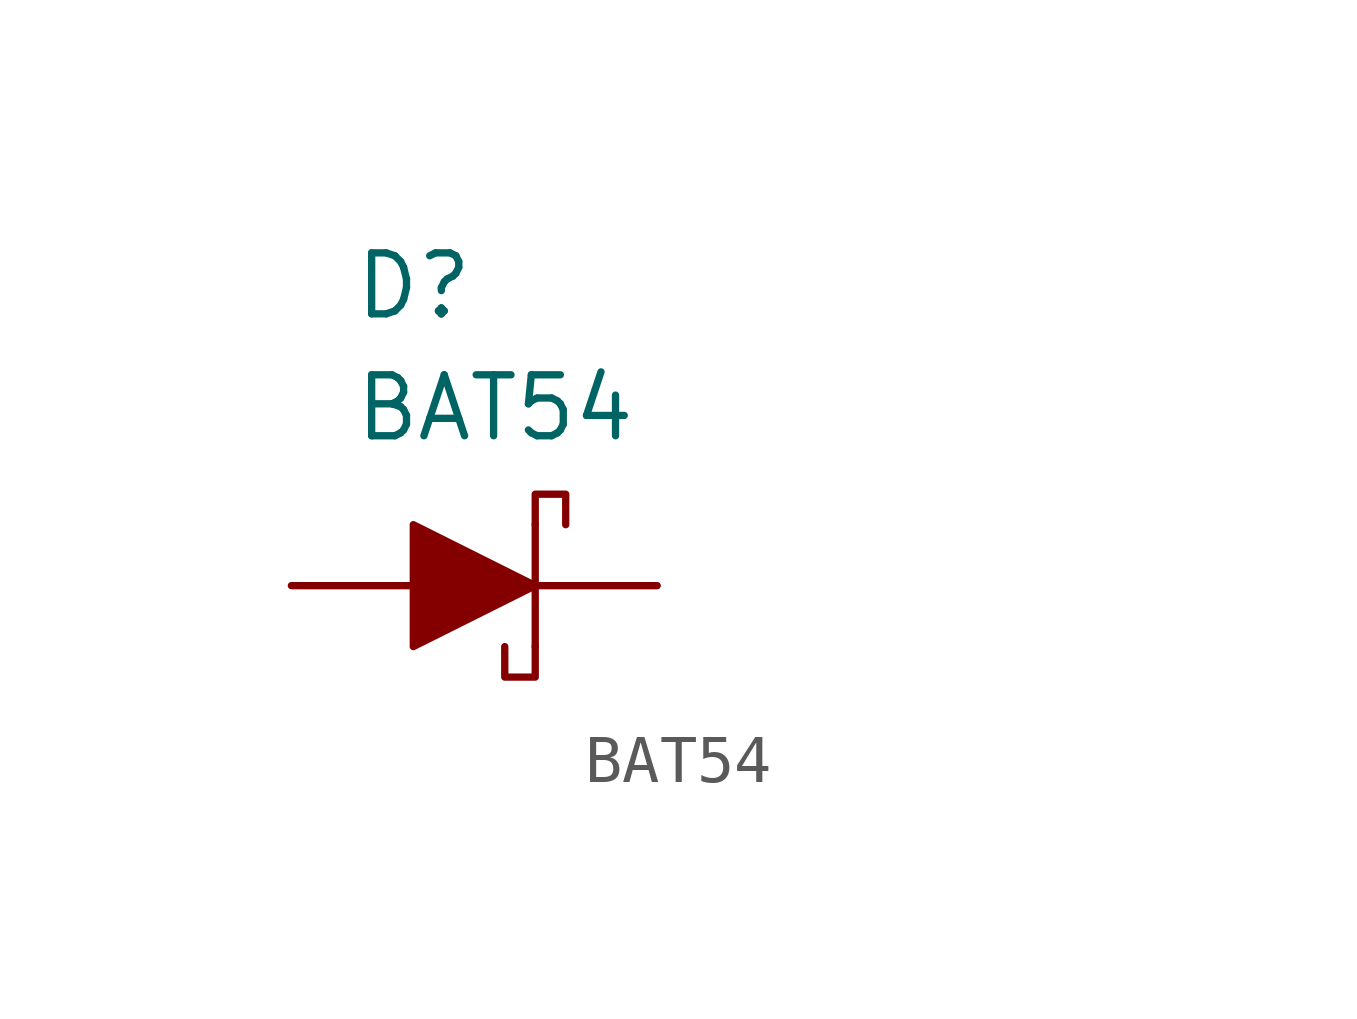
<source format=kicad_sym>
(kicad_symbol_lib
  (version 20220914)
  (generator kicad_symbol_editor)
  (symbol "BAT54"
    (pin_numbers hide)
    (pin_names hide)
    (property "Reference" "D"
      (at 7.62 6.985 0)
      (effects (font (size 1.27 1.27)) (justify left top)))
    (property "Value" "BAT54"
      (at 7.62 4.445 0)
      (effects (font (size 1.27 1.27)) (justify left top)))
    (symbol "BAT54_0_1"
      (polyline (pts (xy 11.43 1.27) (xy 11.43 -1.27)) (stroke (width 0) (type default)) (fill (type none)))
      (polyline (pts (xy 11.43 -1.27) (xy 11.43 -1.905) (xy 10.795 -1.905) (xy 10.795 -1.27)) (stroke (width 0) (type default)) (fill (type none)))
      (polyline (pts (xy 11.43 1.27) (xy 11.43 1.905) (xy 12.065 1.905) (xy 12.065 1.27)) (stroke (width 0) (type default)) (fill (type none))))
    (symbol "BAT54_1_1"
      (polyline (pts (xy 8.89 1.27) (xy 8.89 -1.27) (xy 11.43 0) (xy 8.89 1.27)) (stroke (width 0) (type default)) (fill (type outline)))
      (pin passive line (at 6.35 0 0) (length 2.54) (name "" (effects (font (size 1.27 1.27)))) (number "1" (effects (font (size 1.27 1.27)))))
      (pin passive line (at 13.97 0 180) (length 2.54) (name "" (effects (font (size 1.27 1.27)))) (number "2" (effects (font (size 1.27 1.27)))))
      (pin no_connect line (at 22.86 0 180) (length 5.08) hide (name "NC" (effects (font (size 1.27 1.27)))) (number "3" (effects (font (size 1.27 1.27))))))))
</source>
